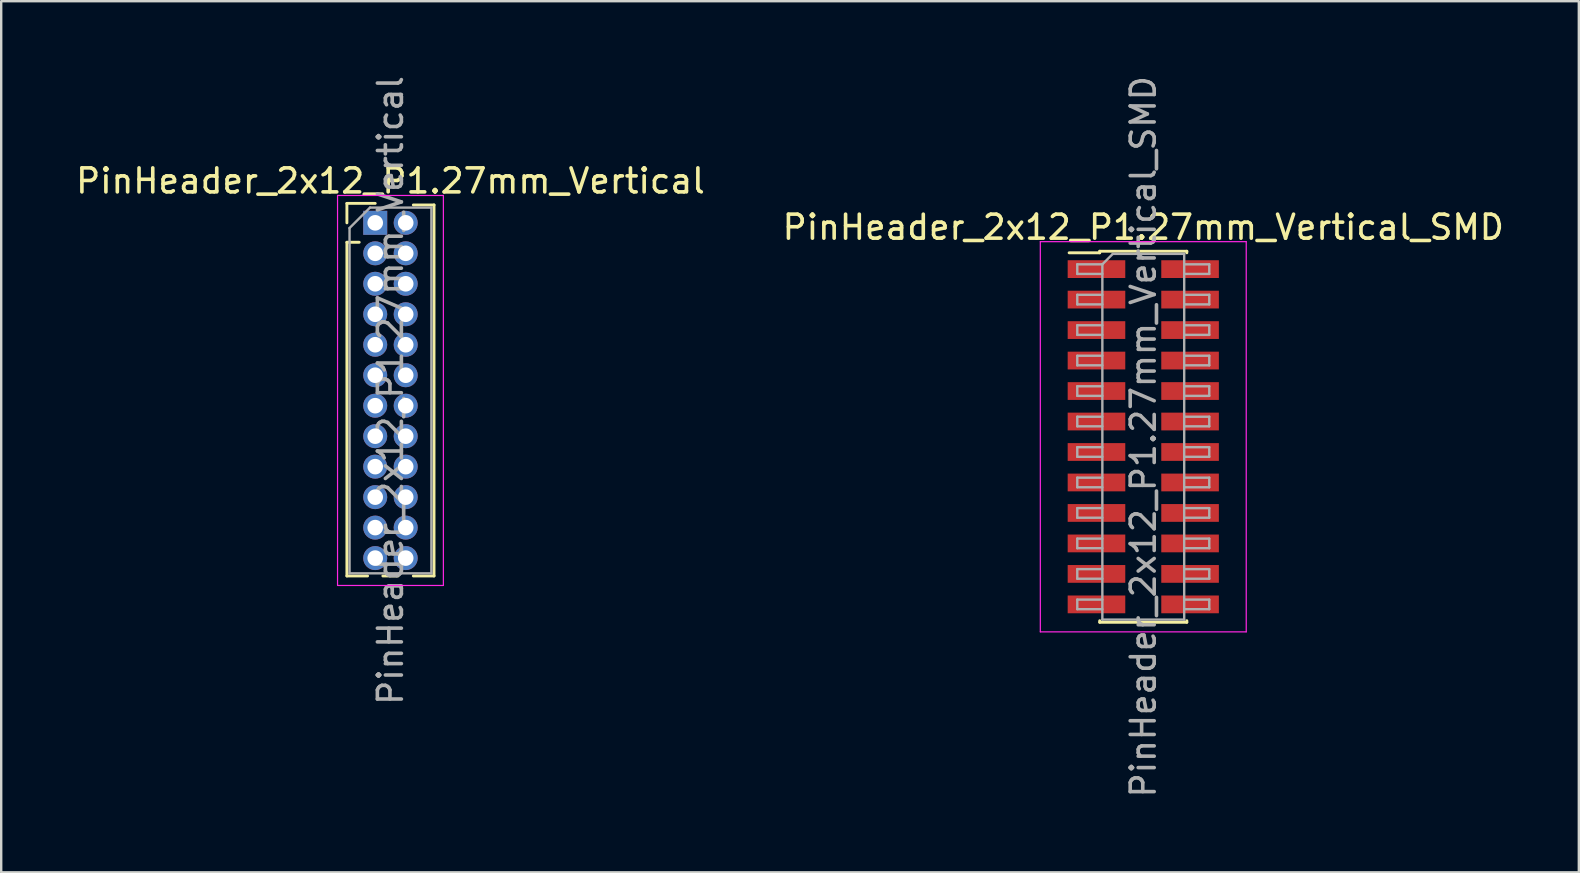
<source format=kicad_pcb>
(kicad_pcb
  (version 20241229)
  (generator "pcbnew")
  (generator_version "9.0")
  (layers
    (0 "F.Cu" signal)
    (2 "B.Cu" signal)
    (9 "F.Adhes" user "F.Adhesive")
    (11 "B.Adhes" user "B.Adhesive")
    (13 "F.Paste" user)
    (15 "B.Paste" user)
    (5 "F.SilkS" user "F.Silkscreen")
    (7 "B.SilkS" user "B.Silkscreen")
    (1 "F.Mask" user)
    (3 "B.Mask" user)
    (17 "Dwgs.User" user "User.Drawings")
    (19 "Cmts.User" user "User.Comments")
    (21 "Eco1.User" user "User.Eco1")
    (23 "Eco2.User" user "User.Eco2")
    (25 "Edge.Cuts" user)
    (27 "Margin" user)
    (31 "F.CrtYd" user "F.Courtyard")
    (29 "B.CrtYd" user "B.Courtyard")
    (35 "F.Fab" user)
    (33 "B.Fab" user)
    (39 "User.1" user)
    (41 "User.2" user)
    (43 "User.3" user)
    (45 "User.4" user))
  (footprint "PinHeader_2x12_P1.27mm_Vertical_SMD"
    (layer "F.Cu")
    (at 44.589 15.149)
    (property "Reference" "PinHeader_2x12_P1.27mm_Vertical_SMD" (at 0 -8.73 0) (layer "F.SilkS") (effects (font (size 1 1) (thickness 0.15))))
    (attr smd)
    (fp_line (start -3.09 -7.665) (end -1.815 -7.665) (stroke (width 0.12) (type solid)) (layer "F.SilkS"))
    (fp_line (start -1.815 -7.73) (end -1.815 -7.665) (stroke (width 0.12) (type solid)) (layer "F.SilkS"))
    (fp_line (start -1.815 -7.73) (end 1.815 -7.73) (stroke (width 0.12) (type solid)) (layer "F.SilkS"))
    (fp_line (start -1.815 7.665) (end -1.815 7.73) (stroke (width 0.12) (type solid)) (layer "F.SilkS"))
    (fp_line (start -1.815 7.73) (end 1.815 7.73) (stroke (width 0.12) (type solid)) (layer "F.SilkS"))
    (fp_line (start 1.815 -7.73) (end 1.815 -7.665) (stroke (width 0.12) (type solid)) (layer "F.SilkS"))
    (fp_line (start 1.815 7.665) (end 1.815 7.73) (stroke (width 0.12) (type solid)) (layer "F.SilkS"))
    (fp_line (start -4.29 -8.13) (end -4.29 8.13) (stroke (width 0.05) (type solid)) (layer "F.CrtYd"))
    (fp_line (start -4.29 8.13) (end 4.29 8.13) (stroke (width 0.05) (type solid)) (layer "F.CrtYd"))
    (fp_line (start 4.29 -8.13) (end -4.29 -8.13) (stroke (width 0.05) (type solid)) (layer "F.CrtYd"))
    (fp_line (start 4.29 8.13) (end 4.29 -8.13) (stroke (width 0.05) (type solid)) (layer "F.CrtYd"))
    (fp_line (start -2.75 -7.185) (end -2.75 -6.785) (stroke (width 0.1) (type solid)) (layer "F.Fab"))
    (fp_line (start -2.75 -6.785) (end -1.705 -6.785) (stroke (width 0.1) (type solid)) (layer "F.Fab"))
    (fp_line (start -2.75 -5.915) (end -2.75 -5.515) (stroke (width 0.1) (type solid)) (layer "F.Fab"))
    (fp_line (start -2.75 -5.515) (end -1.705 -5.515) (stroke (width 0.1) (type solid)) (layer "F.Fab"))
    (fp_line (start -2.75 -4.645) (end -2.75 -4.245) (stroke (width 0.1) (type solid)) (layer "F.Fab"))
    (fp_line (start -2.75 -4.245) (end -1.705 -4.245) (stroke (width 0.1) (type solid)) (layer "F.Fab"))
    (fp_line (start -2.75 -3.375) (end -2.75 -2.975) (stroke (width 0.1) (type solid)) (layer "F.Fab"))
    (fp_line (start -2.75 -2.975) (end -1.705 -2.975) (stroke (width 0.1) (type solid)) (layer "F.Fab"))
    (fp_line (start -2.75 -2.105) (end -2.75 -1.705) (stroke (width 0.1) (type solid)) (layer "F.Fab"))
    (fp_line (start -2.75 -1.705) (end -1.705 -1.705) (stroke (width 0.1) (type solid)) (layer "F.Fab"))
    (fp_line (start -2.75 -0.835) (end -2.75 -0.435) (stroke (width 0.1) (type solid)) (layer "F.Fab"))
    (fp_line (start -2.75 -0.435) (end -1.705 -0.435) (stroke (width 0.1) (type solid)) (layer "F.Fab"))
    (fp_line (start -2.75 0.435) (end -2.75 0.835) (stroke (width 0.1) (type solid)) (layer "F.Fab"))
    (fp_line (start -2.75 0.835) (end -1.705 0.835) (stroke (width 0.1) (type solid)) (layer "F.Fab"))
    (fp_line (start -2.75 1.705) (end -2.75 2.105) (stroke (width 0.1) (type solid)) (layer "F.Fab"))
    (fp_line (start -2.75 2.105) (end -1.705 2.105) (stroke (width 0.1) (type solid)) (layer "F.Fab"))
    (fp_line (start -2.75 2.975) (end -2.75 3.375) (stroke (width 0.1) (type solid)) (layer "F.Fab"))
    (fp_line (start -2.75 3.375) (end -1.705 3.375) (stroke (width 0.1) (type solid)) (layer "F.Fab"))
    (fp_line (start -2.75 4.245) (end -2.75 4.645) (stroke (width 0.1) (type solid)) (layer "F.Fab"))
    (fp_line (start -2.75 4.645) (end -1.705 4.645) (stroke (width 0.1) (type solid)) (layer "F.Fab"))
    (fp_line (start -2.75 5.515) (end -2.75 5.915) (stroke (width 0.1) (type solid)) (layer "F.Fab"))
    (fp_line (start -2.75 5.915) (end -1.705 5.915) (stroke (width 0.1) (type solid)) (layer "F.Fab"))
    (fp_line (start -2.75 6.785) (end -2.75 7.185) (stroke (width 0.1) (type solid)) (layer "F.Fab"))
    (fp_line (start -2.75 7.185) (end -1.705 7.185) (stroke (width 0.1) (type solid)) (layer "F.Fab"))
    (fp_line (start -1.705 -7.185) (end -2.75 -7.185) (stroke (width 0.1) (type solid)) (layer "F.Fab"))
    (fp_line (start -1.705 -7.185) (end -1.27 -7.62) (stroke (width 0.1) (type solid)) (layer "F.Fab"))
    (fp_line (start -1.705 -5.915) (end -2.75 -5.915) (stroke (width 0.1) (type solid)) (layer "F.Fab"))
    (fp_line (start -1.705 -4.645) (end -2.75 -4.645) (stroke (width 0.1) (type solid)) (layer "F.Fab"))
    (fp_line (start -1.705 -3.375) (end -2.75 -3.375) (stroke (width 0.1) (type solid)) (layer "F.Fab"))
    (fp_line (start -1.705 -2.105) (end -2.75 -2.105) (stroke (width 0.1) (type solid)) (layer "F.Fab"))
    (fp_line (start -1.705 -0.835) (end -2.75 -0.835) (stroke (width 0.1) (type solid)) (layer "F.Fab"))
    (fp_line (start -1.705 0.435) (end -2.75 0.435) (stroke (width 0.1) (type solid)) (layer "F.Fab"))
    (fp_line (start -1.705 1.705) (end -2.75 1.705) (stroke (width 0.1) (type solid)) (layer "F.Fab"))
    (fp_line (start -1.705 2.975) (end -2.75 2.975) (stroke (width 0.1) (type solid)) (layer "F.Fab"))
    (fp_line (start -1.705 4.245) (end -2.75 4.245) (stroke (width 0.1) (type solid)) (layer "F.Fab"))
    (fp_line (start -1.705 5.515) (end -2.75 5.515) (stroke (width 0.1) (type solid)) (layer "F.Fab"))
    (fp_line (start -1.705 6.785) (end -2.75 6.785) (stroke (width 0.1) (type solid)) (layer "F.Fab"))
    (fp_line (start -1.705 7.62) (end -1.705 -7.185) (stroke (width 0.1) (type solid)) (layer "F.Fab"))
    (fp_line (start -1.27 -7.62) (end 1.705 -7.62) (stroke (width 0.1) (type solid)) (layer "F.Fab"))
    (fp_line (start 1.705 -7.62) (end 1.705 7.62) (stroke (width 0.1) (type solid)) (layer "F.Fab"))
    (fp_line (start 1.705 -7.185) (end 2.75 -7.185) (stroke (width 0.1) (type solid)) (layer "F.Fab"))
    (fp_line (start 1.705 -5.915) (end 2.75 -5.915) (stroke (width 0.1) (type solid)) (layer "F.Fab"))
    (fp_line (start 1.705 -4.645) (end 2.75 -4.645) (stroke (width 0.1) (type solid)) (layer "F.Fab"))
    (fp_line (start 1.705 -3.375) (end 2.75 -3.375) (stroke (width 0.1) (type solid)) (layer "F.Fab"))
    (fp_line (start 1.705 -2.105) (end 2.75 -2.105) (stroke (width 0.1) (type solid)) (layer "F.Fab"))
    (fp_line (start 1.705 -0.835) (end 2.75 -0.835) (stroke (width 0.1) (type solid)) (layer "F.Fab"))
    (fp_line (start 1.705 0.435) (end 2.75 0.435) (stroke (width 0.1) (type solid)) (layer "F.Fab"))
    (fp_line (start 1.705 1.705) (end 2.75 1.705) (stroke (width 0.1) (type solid)) (layer "F.Fab"))
    (fp_line (start 1.705 2.975) (end 2.75 2.975) (stroke (width 0.1) (type solid)) (layer "F.Fab"))
    (fp_line (start 1.705 4.245) (end 2.75 4.245) (stroke (width 0.1) (type solid)) (layer "F.Fab"))
    (fp_line (start 1.705 5.515) (end 2.75 5.515) (stroke (width 0.1) (type solid)) (layer "F.Fab"))
    (fp_line (start 1.705 6.785) (end 2.75 6.785) (stroke (width 0.1) (type solid)) (layer "F.Fab"))
    (fp_line (start 1.705 7.62) (end -1.705 7.62) (stroke (width 0.1) (type solid)) (layer "F.Fab"))
    (fp_line (start 2.75 -7.185) (end 2.75 -6.785) (stroke (width 0.1) (type solid)) (layer "F.Fab"))
    (fp_line (start 2.75 -6.785) (end 1.705 -6.785) (stroke (width 0.1) (type solid)) (layer "F.Fab"))
    (fp_line (start 2.75 -5.915) (end 2.75 -5.515) (stroke (width 0.1) (type solid)) (layer "F.Fab"))
    (fp_line (start 2.75 -5.515) (end 1.705 -5.515) (stroke (width 0.1) (type solid)) (layer "F.Fab"))
    (fp_line (start 2.75 -4.645) (end 2.75 -4.245) (stroke (width 0.1) (type solid)) (layer "F.Fab"))
    (fp_line (start 2.75 -4.245) (end 1.705 -4.245) (stroke (width 0.1) (type solid)) (layer "F.Fab"))
    (fp_line (start 2.75 -3.375) (end 2.75 -2.975) (stroke (width 0.1) (type solid)) (layer "F.Fab"))
    (fp_line (start 2.75 -2.975) (end 1.705 -2.975) (stroke (width 0.1) (type solid)) (layer "F.Fab"))
    (fp_line (start 2.75 -2.105) (end 2.75 -1.705) (stroke (width 0.1) (type solid)) (layer "F.Fab"))
    (fp_line (start 2.75 -1.705) (end 1.705 -1.705) (stroke (width 0.1) (type solid)) (layer "F.Fab"))
    (fp_line (start 2.75 -0.835) (end 2.75 -0.435) (stroke (width 0.1) (type solid)) (layer "F.Fab"))
    (fp_line (start 2.75 -0.435) (end 1.705 -0.435) (stroke (width 0.1) (type solid)) (layer "F.Fab"))
    (fp_line (start 2.75 0.435) (end 2.75 0.835) (stroke (width 0.1) (type solid)) (layer "F.Fab"))
    (fp_line (start 2.75 0.835) (end 1.705 0.835) (stroke (width 0.1) (type solid)) (layer "F.Fab"))
    (fp_line (start 2.75 1.705) (end 2.75 2.105) (stroke (width 0.1) (type solid)) (layer "F.Fab"))
    (fp_line (start 2.75 2.105) (end 1.705 2.105) (stroke (width 0.1) (type solid)) (layer "F.Fab"))
    (fp_line (start 2.75 2.975) (end 2.75 3.375) (stroke (width 0.1) (type solid)) (layer "F.Fab"))
    (fp_line (start 2.75 3.375) (end 1.705 3.375) (stroke (width 0.1) (type solid)) (layer "F.Fab"))
    (fp_line (start 2.75 4.245) (end 2.75 4.645) (stroke (width 0.1) (type solid)) (layer "F.Fab"))
    (fp_line (start 2.75 4.645) (end 1.705 4.645) (stroke (width 0.1) (type solid)) (layer "F.Fab"))
    (fp_line (start 2.75 5.515) (end 2.75 5.915) (stroke (width 0.1) (type solid)) (layer "F.Fab"))
    (fp_line (start 2.75 5.915) (end 1.705 5.915) (stroke (width 0.1) (type solid)) (layer "F.Fab"))
    (fp_line (start 2.75 6.785) (end 2.75 7.185) (stroke (width 0.1) (type solid)) (layer "F.Fab"))
    (fp_line (start 2.75 7.185) (end 1.705 7.185) (stroke (width 0.1) (type solid)) (layer "F.Fab"))
    (fp_text user "${REFERENCE}" (at 0 0 90) (layer "F.Fab") (effects (font (size 1 1) (thickness 0.15))))
    (pad "1" smd rect (at -1.95 -6.985) (size 2.4 0.74) (layers "F.Cu" "F.Mask" "F.Paste"))
    (pad "2" smd rect (at 1.95 -6.985) (size 2.4 0.74) (layers "F.Cu" "F.Mask" "F.Paste"))
    (pad "3" smd rect (at -1.95 -5.715) (size 2.4 0.74) (layers "F.Cu" "F.Mask" "F.Paste"))
    (pad "4" smd rect (at 1.95 -5.715) (size 2.4 0.74) (layers "F.Cu" "F.Mask" "F.Paste"))
    (pad "5" smd rect (at -1.95 -4.445) (size 2.4 0.74) (layers "F.Cu" "F.Mask" "F.Paste"))
    (pad "6" smd rect (at 1.95 -4.445) (size 2.4 0.74) (layers "F.Cu" "F.Mask" "F.Paste"))
    (pad "7" smd rect (at -1.95 -3.175) (size 2.4 0.74) (layers "F.Cu" "F.Mask" "F.Paste"))
    (pad "8" smd rect (at 1.95 -3.175) (size 2.4 0.74) (layers "F.Cu" "F.Mask" "F.Paste"))
    (pad "9" smd rect (at -1.95 -1.905) (size 2.4 0.74) (layers "F.Cu" "F.Mask" "F.Paste"))
    (pad "10" smd rect (at 1.95 -1.905) (size 2.4 0.74) (layers "F.Cu" "F.Mask" "F.Paste"))
    (pad "11" smd rect (at -1.95 -0.635) (size 2.4 0.74) (layers "F.Cu" "F.Mask" "F.Paste"))
    (pad "12" smd rect (at 1.95 -0.635) (size 2.4 0.74) (layers "F.Cu" "F.Mask" "F.Paste"))
    (pad "13" smd rect (at -1.95 0.635) (size 2.4 0.74) (layers "F.Cu" "F.Mask" "F.Paste"))
    (pad "14" smd rect (at 1.95 0.635) (size 2.4 0.74) (layers "F.Cu" "F.Mask" "F.Paste"))
    (pad "15" smd rect (at -1.95 1.905) (size 2.4 0.74) (layers "F.Cu" "F.Mask" "F.Paste"))
    (pad "16" smd rect (at 1.95 1.905) (size 2.4 0.74) (layers "F.Cu" "F.Mask" "F.Paste"))
    (pad "17" smd rect (at -1.95 3.175) (size 2.4 0.74) (layers "F.Cu" "F.Mask" "F.Paste"))
    (pad "18" smd rect (at 1.95 3.175) (size 2.4 0.74) (layers "F.Cu" "F.Mask" "F.Paste"))
    (pad "19" smd rect (at -1.95 4.445) (size 2.4 0.74) (layers "F.Cu" "F.Mask" "F.Paste"))
    (pad "20" smd rect (at 1.95 4.445) (size 2.4 0.74) (layers "F.Cu" "F.Mask" "F.Paste"))
    (pad "21" smd rect (at -1.95 5.715) (size 2.4 0.74) (layers "F.Cu" "F.Mask" "F.Paste"))
    (pad "22" smd rect (at 1.95 5.715) (size 2.4 0.74) (layers "F.Cu" "F.Mask" "F.Paste"))
    (pad "23" smd rect (at -1.95 6.985) (size 2.4 0.74) (layers "F.Cu" "F.Mask" "F.Paste"))
    (pad "24" smd rect (at 1.95 6.985) (size 2.4 0.74) (layers "F.Cu" "F.Mask" "F.Paste")))
  (footprint "PinHeader_2x12_P1.27mm_Vertical"
    (layer "F.Cu")
    (at 12.585 6.235)
    (property "Reference" "PinHeader_2x12_P1.27mm_Vertical" (at 0.635 -1.745 0) (layer "F.SilkS") (effects (font (size 1 1) (thickness 0.15))))
    (attr through_hole)
    (fp_line (start -1.18 -0.81) (end 0 -0.81) (stroke (width 0.12) (type solid)) (layer "F.SilkS"))
    (fp_line (start -1.18 0) (end -1.18 -0.81) (stroke (width 0.12) (type solid)) (layer "F.SilkS"))
    (fp_line (start -1.18 0.81) (end -1.18 14.715) (stroke (width 0.12) (type solid)) (layer "F.SilkS"))
    (fp_line (start -1.18 0.81) (end -0.667 0.81) (stroke (width 0.12) (type solid)) (layer "F.SilkS"))
    (fp_line (start -1.18 14.715) (end -0.318 14.715) (stroke (width 0.12) (type solid)) (layer "F.SilkS"))
    (fp_line (start 0.318 14.715) (end 0.952 14.715) (stroke (width 0.12) (type solid)) (layer "F.SilkS"))
    (fp_line (start 1.588 -0.745) (end 2.45 -0.745) (stroke (width 0.12) (type solid)) (layer "F.SilkS"))
    (fp_line (start 1.588 14.715) (end 2.45 14.715) (stroke (width 0.12) (type solid)) (layer "F.SilkS"))
    (fp_line (start 2.45 -0.745) (end 2.45 14.715) (stroke (width 0.12) (type solid)) (layer "F.SilkS"))
    (fp_line (start -1.57 -1.14) (end -1.57 15.11) (stroke (width 0.05) (type solid)) (layer "F.CrtYd"))
    (fp_line (start -1.57 15.11) (end 2.84 15.11) (stroke (width 0.05) (type solid)) (layer "F.CrtYd"))
    (fp_line (start 2.84 -1.14) (end -1.57 -1.14) (stroke (width 0.05) (type solid)) (layer "F.CrtYd"))
    (fp_line (start 2.84 15.11) (end 2.84 -1.14) (stroke (width 0.05) (type solid)) (layer "F.CrtYd"))
    (fp_line (start -1.07 0.217) (end -0.217 -0.635) (stroke (width 0.1) (type solid)) (layer "F.Fab"))
    (fp_line (start -1.07 14.605) (end -1.07 0.217) (stroke (width 0.1) (type solid)) (layer "F.Fab"))
    (fp_line (start -0.217 -0.635) (end 2.34 -0.635) (stroke (width 0.1) (type solid)) (layer "F.Fab"))
    (fp_line (start 2.34 -0.635) (end 2.34 14.605) (stroke (width 0.1) (type solid)) (layer "F.Fab"))
    (fp_line (start 2.34 14.605) (end -1.07 14.605) (stroke (width 0.1) (type solid)) (layer "F.Fab"))
    (fp_text user "${REFERENCE}" (at 0.635 6.985 90) (layer "F.Fab") (effects (font (size 1 1) (thickness 0.15))))
    (pad "1" thru_hole rect (at 0 0) (size 1 1) (drill 0.65) (layers "*.Cu" "*.Mask"))
    (pad "2" thru_hole circle (at 1.27 0) (size 1 1) (drill 0.65) (layers "*.Cu" "*.Mask"))
    (pad "3" thru_hole circle (at 0 1.27) (size 1 1) (drill 0.65) (layers "*.Cu" "*.Mask"))
    (pad "4" thru_hole circle (at 1.27 1.27) (size 1 1) (drill 0.65) (layers "*.Cu" "*.Mask"))
    (pad "5" thru_hole circle (at 0 2.54) (size 1 1) (drill 0.65) (layers "*.Cu" "*.Mask"))
    (pad "6" thru_hole circle (at 1.27 2.54) (size 1 1) (drill 0.65) (layers "*.Cu" "*.Mask"))
    (pad "7" thru_hole circle (at 0 3.81) (size 1 1) (drill 0.65) (layers "*.Cu" "*.Mask"))
    (pad "8" thru_hole circle (at 1.27 3.81) (size 1 1) (drill 0.65) (layers "*.Cu" "*.Mask"))
    (pad "9" thru_hole circle (at 0 5.08) (size 1 1) (drill 0.65) (layers "*.Cu" "*.Mask"))
    (pad "10" thru_hole circle (at 1.27 5.08) (size 1 1) (drill 0.65) (layers "*.Cu" "*.Mask"))
    (pad "11" thru_hole circle (at 0 6.35) (size 1 1) (drill 0.65) (layers "*.Cu" "*.Mask"))
    (pad "12" thru_hole circle (at 1.27 6.35) (size 1 1) (drill 0.65) (layers "*.Cu" "*.Mask"))
    (pad "13" thru_hole circle (at 0 7.62) (size 1 1) (drill 0.65) (layers "*.Cu" "*.Mask"))
    (pad "14" thru_hole circle (at 1.27 7.62) (size 1 1) (drill 0.65) (layers "*.Cu" "*.Mask"))
    (pad "15" thru_hole circle (at 0 8.89) (size 1 1) (drill 0.65) (layers "*.Cu" "*.Mask"))
    (pad "16" thru_hole circle (at 1.27 8.89) (size 1 1) (drill 0.65) (layers "*.Cu" "*.Mask"))
    (pad "17" thru_hole circle (at 0 10.16) (size 1 1) (drill 0.65) (layers "*.Cu" "*.Mask"))
    (pad "18" thru_hole circle (at 1.27 10.16) (size 1 1) (drill 0.65) (layers "*.Cu" "*.Mask"))
    (pad "19" thru_hole circle (at 0 11.43) (size 1 1) (drill 0.65) (layers "*.Cu" "*.Mask"))
    (pad "20" thru_hole circle (at 1.27 11.43) (size 1 1) (drill 0.65) (layers "*.Cu" "*.Mask"))
    (pad "21" thru_hole circle (at 0 12.7) (size 1 1) (drill 0.65) (layers "*.Cu" "*.Mask"))
    (pad "22" thru_hole circle (at 1.27 12.7) (size 1 1) (drill 0.65) (layers "*.Cu" "*.Mask"))
    (pad "23" thru_hole circle (at 0 13.97) (size 1 1) (drill 0.65) (layers "*.Cu" "*.Mask"))
    (pad "24" thru_hole circle (at 1.27 13.97) (size 1 1) (drill 0.65) (layers "*.Cu" "*.Mask")))
  (gr_rect
    (start -3 -3)
    (end 62.738 33.298)
    (stroke (width 0.1) (type default))
    (fill no)
    (layer "Edge.Cuts")))
</source>
